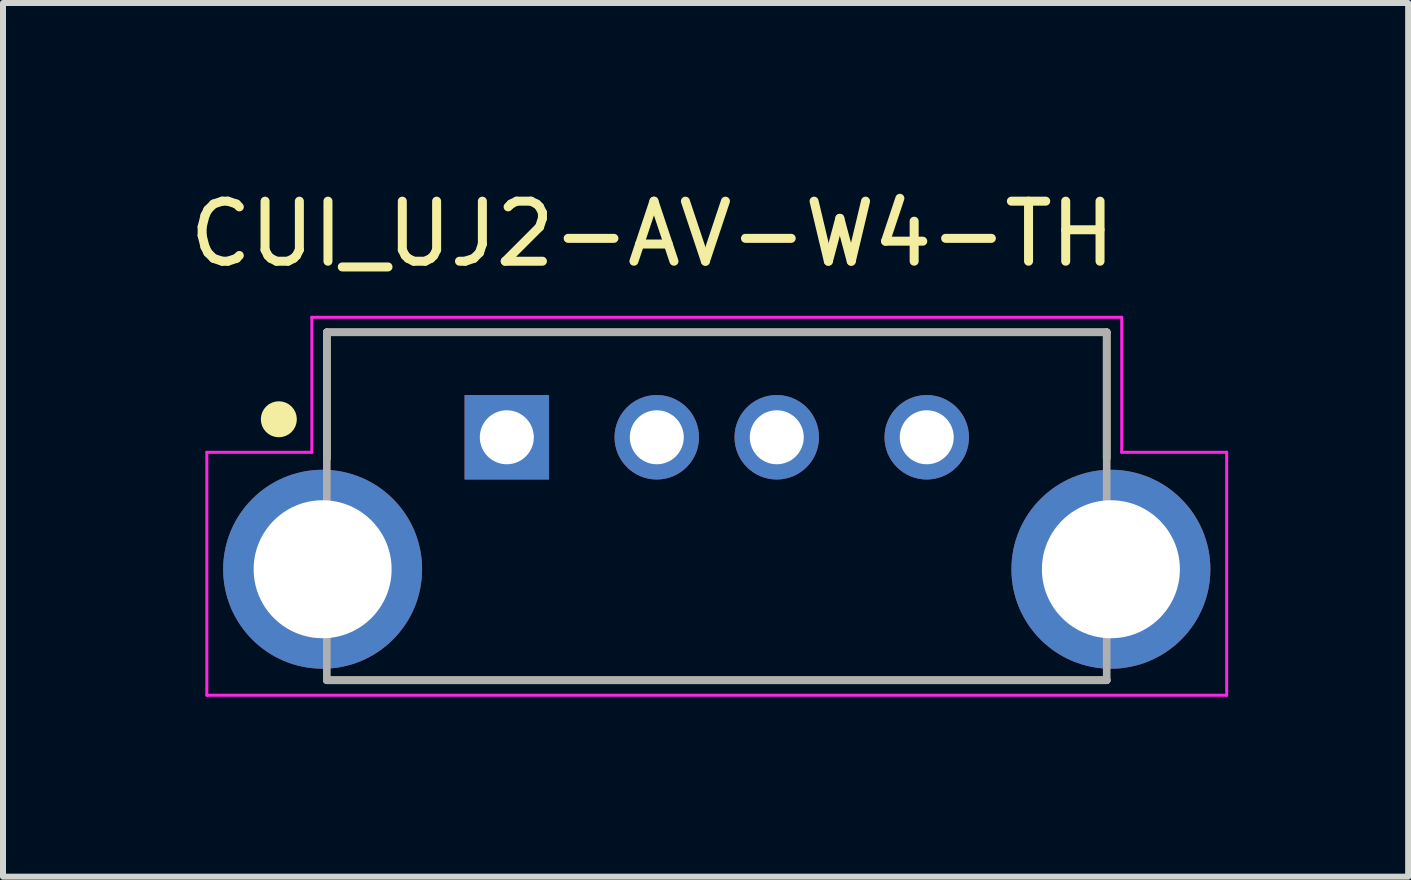
<source format=kicad_pcb>
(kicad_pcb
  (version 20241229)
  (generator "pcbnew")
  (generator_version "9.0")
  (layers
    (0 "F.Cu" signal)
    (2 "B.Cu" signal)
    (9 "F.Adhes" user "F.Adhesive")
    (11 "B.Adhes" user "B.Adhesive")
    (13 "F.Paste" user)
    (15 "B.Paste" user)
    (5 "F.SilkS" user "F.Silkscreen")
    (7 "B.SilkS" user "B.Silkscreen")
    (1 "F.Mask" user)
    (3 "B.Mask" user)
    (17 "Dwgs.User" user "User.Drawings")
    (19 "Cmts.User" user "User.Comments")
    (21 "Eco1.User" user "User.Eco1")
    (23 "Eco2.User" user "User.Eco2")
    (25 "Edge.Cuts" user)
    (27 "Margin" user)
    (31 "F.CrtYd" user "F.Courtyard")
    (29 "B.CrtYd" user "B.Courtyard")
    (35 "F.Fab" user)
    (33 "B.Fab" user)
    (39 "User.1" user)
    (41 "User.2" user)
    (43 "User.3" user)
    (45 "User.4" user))
  (footprint "CUI_UJ2-AV-W4-TH"
    (layer "F.Cu")
    (at 5.398 4.239)
    (property "Reference" "CUI_UJ2-AV-W4-TH" (at 2.429 -3.39 0) (layer "F.SilkS") (effects (font (size 1.001 1.001) (thickness 0.15))))
    (attr through_hole)
    (fp_line (start -3 -1.75) (end -3 0.35) (stroke (width 0.127) (type solid)) (layer "F.SilkS"))
    (fp_line (start -3 4.05) (end 10 4.05) (stroke (width 0.127) (type solid)) (layer "F.SilkS"))
    (fp_line (start 10 -1.75) (end -3 -1.75) (stroke (width 0.127) (type solid)) (layer "F.SilkS"))
    (fp_line (start 10 -1.75) (end 10 0.35) (stroke (width 0.127) (type solid)) (layer "F.SilkS"))
    (fp_circle (center -3.8 -0.3) (end -3.65 -0.3) (stroke (width 0.3) (type solid)) (fill no) (layer "F.SilkS"))
    (fp_line (start -5 0.25) (end -3.25 0.25) (stroke (width 0.05) (type solid)) (layer "F.CrtYd"))
    (fp_line (start -5 4.3) (end -5 0.25) (stroke (width 0.05) (type solid)) (layer "F.CrtYd"))
    (fp_line (start -3.25 -2) (end 10.25 -2) (stroke (width 0.05) (type solid)) (layer "F.CrtYd"))
    (fp_line (start -3.25 0.25) (end -3.25 -2) (stroke (width 0.05) (type solid)) (layer "F.CrtYd"))
    (fp_line (start 10.25 -2) (end 10.25 0.25) (stroke (width 0.05) (type solid)) (layer "F.CrtYd"))
    (fp_line (start 10.25 0.25) (end 12 0.25) (stroke (width 0.05) (type solid)) (layer "F.CrtYd"))
    (fp_line (start 12 0.25) (end 12 4.3) (stroke (width 0.05) (type solid)) (layer "F.CrtYd"))
    (fp_line (start 12 4.3) (end -5 4.3) (stroke (width 0.05) (type solid)) (layer "F.CrtYd"))
    (fp_line (start -3 -1.75) (end 10 -1.75) (stroke (width 0.127) (type solid)) (layer "F.Fab"))
    (fp_line (start -3 4.05) (end -3 -1.75) (stroke (width 0.127) (type solid)) (layer "F.Fab"))
    (fp_line (start 10 -1.75) (end 10 4.05) (stroke (width 0.127) (type solid)) (layer "F.Fab"))
    (fp_line (start 10 4.05) (end -3 4.05) (stroke (width 0.127) (type solid)) (layer "F.Fab"))
    (fp_circle (center 0 -0.05) (end 0.15 -0.05) (stroke (width 0.3) (type solid)) (fill no) (layer "F.Fab"))
    (pad "1" thru_hole rect (at 0 0) (size 1.408 1.408) (drill 0.9) (layers "*.Cu" "*.Mask"))
    (pad "2" thru_hole circle (at 2.5 0) (size 1.408 1.408) (drill 0.9) (layers "*.Cu" "*.Mask"))
    (pad "3" thru_hole circle (at 4.5 0) (size 1.408 1.408) (drill 0.9) (layers "*.Cu" "*.Mask"))
    (pad "4" thru_hole circle (at 7 0) (size 1.408 1.408) (drill 0.9) (layers "*.Cu" "*.Mask"))
    (pad "SH1" thru_hole circle (at -3.07 2.2) (size 3.316 3.316) (drill 2.3) (layers "*.Cu" "*.Mask"))
    (pad "SH2" thru_hole circle (at 10.07 2.2) (size 3.316 3.316) (drill 2.3) (layers "*.Cu" "*.Mask")))
  (gr_rect
    (start -3 -3)
    (end 20.423 11.564)
    (stroke (width 0.1) (type default))
    (fill no)
    (layer "Edge.Cuts")))
</source>
